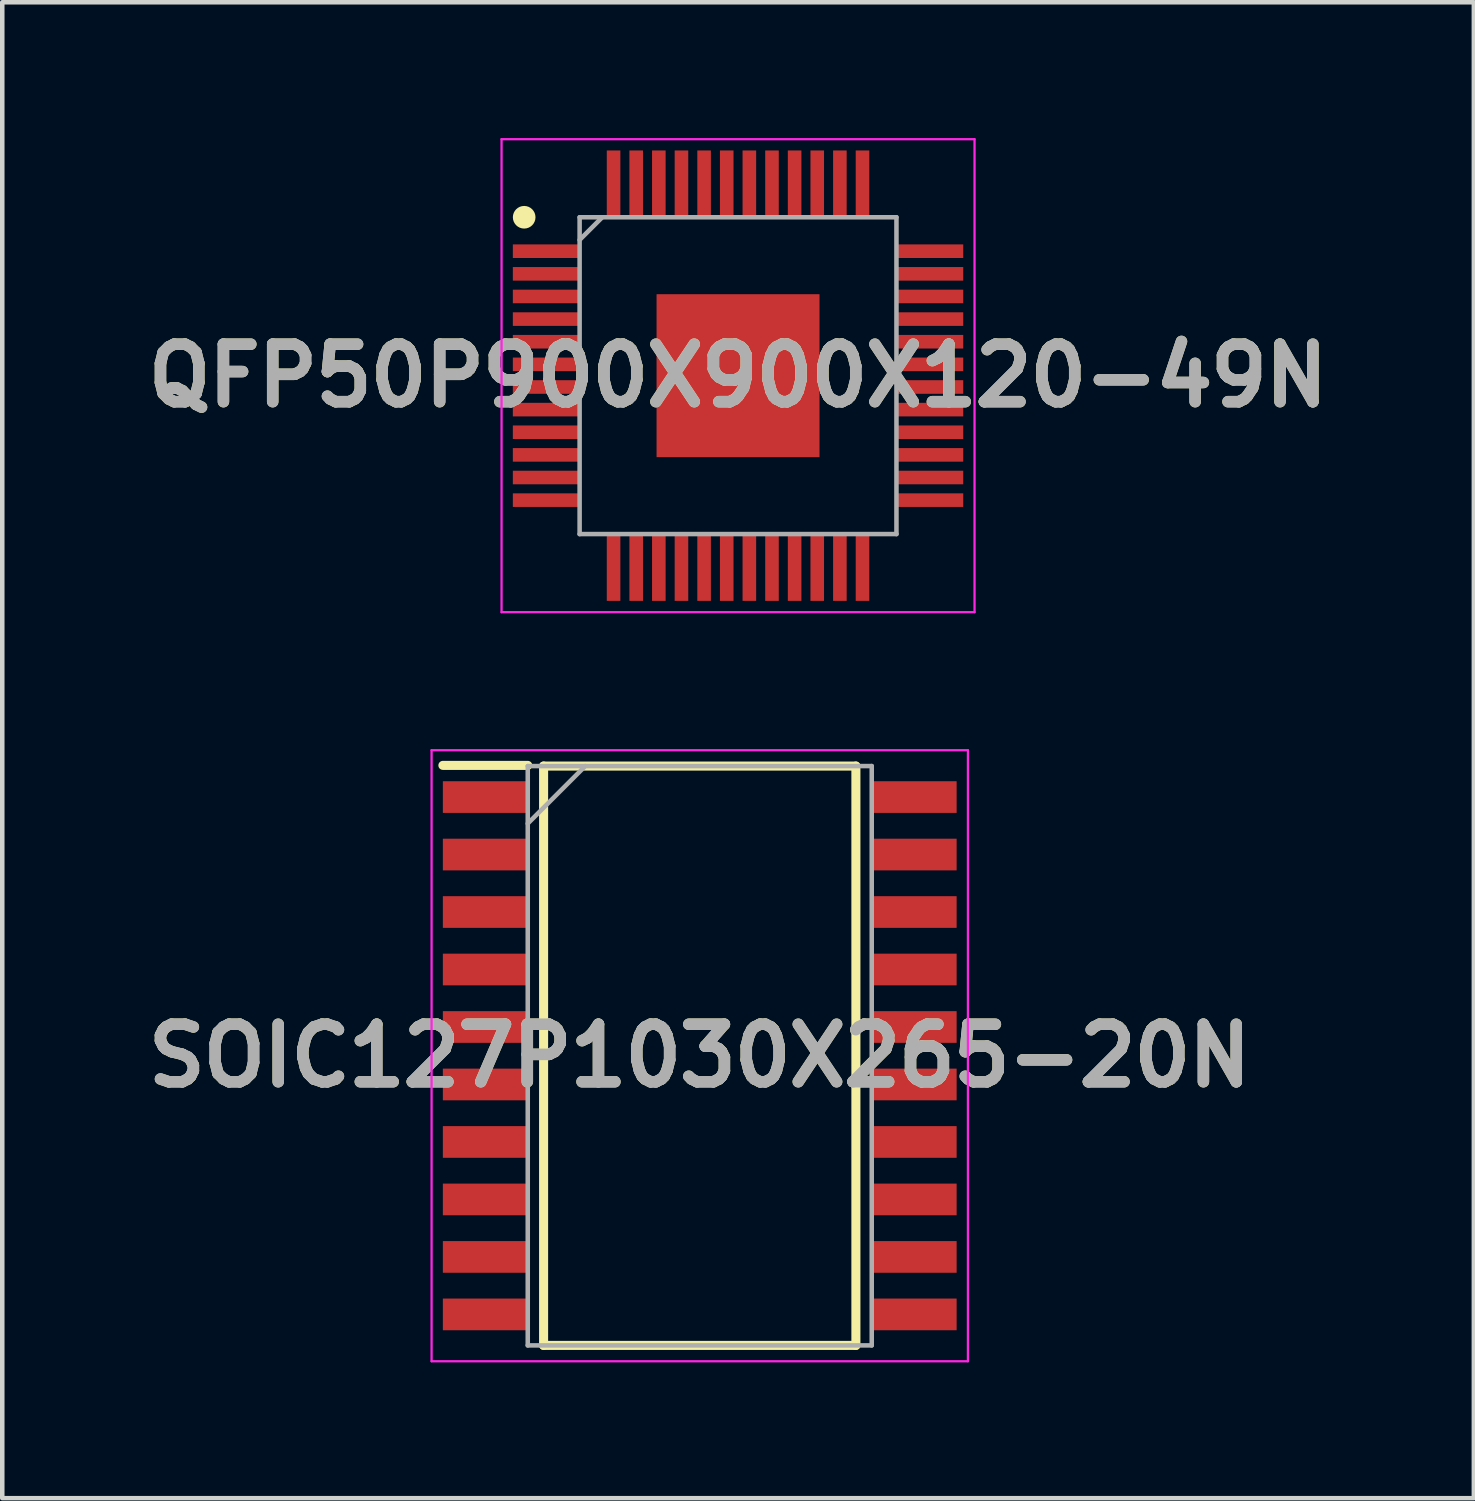
<source format=kicad_pcb>
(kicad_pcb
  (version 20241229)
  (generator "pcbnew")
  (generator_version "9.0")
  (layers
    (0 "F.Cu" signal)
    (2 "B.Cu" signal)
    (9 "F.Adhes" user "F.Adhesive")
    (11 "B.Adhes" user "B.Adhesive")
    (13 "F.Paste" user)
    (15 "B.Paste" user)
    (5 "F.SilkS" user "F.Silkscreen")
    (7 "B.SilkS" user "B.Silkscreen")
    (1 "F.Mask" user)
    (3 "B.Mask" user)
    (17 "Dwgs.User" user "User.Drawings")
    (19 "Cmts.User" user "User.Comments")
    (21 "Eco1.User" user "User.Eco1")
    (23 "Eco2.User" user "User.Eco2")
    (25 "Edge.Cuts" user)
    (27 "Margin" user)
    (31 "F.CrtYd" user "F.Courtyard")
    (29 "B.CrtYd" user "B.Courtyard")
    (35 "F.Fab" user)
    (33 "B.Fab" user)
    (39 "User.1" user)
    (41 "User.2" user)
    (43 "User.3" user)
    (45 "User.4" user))
  (footprint "QFP50P900X900X120-49N"
    (layer "F.Cu")
    (at 13.256 5.25)
    (property "Reference" "QFP50P900X900X120-49N" (at 0 0 0) (layer "F.SilkS") (effects (font (size 1.27 1.27) (thickness 0.254))))
    (attr smd)
    (fp_circle (center -4.725 -3.5) (end -4.725 -3.375) (stroke (width 0.25) (type solid)) (fill no) (layer "F.SilkS"))
    (fp_line (start -5.225 -5.225) (end 5.225 -5.225) (stroke (width 0.05) (type solid)) (layer "F.CrtYd"))
    (fp_line (start -5.225 5.225) (end -5.225 -5.225) (stroke (width 0.05) (type solid)) (layer "F.CrtYd"))
    (fp_line (start 5.225 -5.225) (end 5.225 5.225) (stroke (width 0.05) (type solid)) (layer "F.CrtYd"))
    (fp_line (start 5.225 5.225) (end -5.225 5.225) (stroke (width 0.05) (type solid)) (layer "F.CrtYd"))
    (fp_line (start -3.5 -3.5) (end 3.5 -3.5) (stroke (width 0.1) (type solid)) (layer "F.Fab"))
    (fp_line (start -3.5 -3) (end -3 -3.5) (stroke (width 0.1) (type solid)) (layer "F.Fab"))
    (fp_line (start -3.5 3.5) (end -3.5 -3.5) (stroke (width 0.1) (type solid)) (layer "F.Fab"))
    (fp_line (start 3.5 -3.5) (end 3.5 3.5) (stroke (width 0.1) (type solid)) (layer "F.Fab"))
    (fp_line (start 3.5 3.5) (end -3.5 3.5) (stroke (width 0.1) (type solid)) (layer "F.Fab"))
    (fp_text user "${REFERENCE}" (at 0 0 0) (layer "F.Fab") (effects (font (size 1.27 1.27) (thickness 0.254))))
    (pad "1" smd rect (at -4.238 -2.75 90) (size 0.3 1.475) (layers "F.Cu" "F.Mask" "F.Paste"))
    (pad "2" smd rect (at -4.238 -2.25 90) (size 0.3 1.475) (layers "F.Cu" "F.Mask" "F.Paste"))
    (pad "3" smd rect (at -4.238 -1.75 90) (size 0.3 1.475) (layers "F.Cu" "F.Mask" "F.Paste"))
    (pad "4" smd rect (at -4.238 -1.25 90) (size 0.3 1.475) (layers "F.Cu" "F.Mask" "F.Paste"))
    (pad "5" smd rect (at -4.238 -0.75 90) (size 0.3 1.475) (layers "F.Cu" "F.Mask" "F.Paste"))
    (pad "6" smd rect (at -4.238 -0.25 90) (size 0.3 1.475) (layers "F.Cu" "F.Mask" "F.Paste"))
    (pad "7" smd rect (at -4.238 0.25 90) (size 0.3 1.475) (layers "F.Cu" "F.Mask" "F.Paste"))
    (pad "8" smd rect (at -4.238 0.75 90) (size 0.3 1.475) (layers "F.Cu" "F.Mask" "F.Paste"))
    (pad "9" smd rect (at -4.238 1.25 90) (size 0.3 1.475) (layers "F.Cu" "F.Mask" "F.Paste"))
    (pad "10" smd rect (at -4.238 1.75 90) (size 0.3 1.475) (layers "F.Cu" "F.Mask" "F.Paste"))
    (pad "11" smd rect (at -4.238 2.25 90) (size 0.3 1.475) (layers "F.Cu" "F.Mask" "F.Paste"))
    (pad "12" smd rect (at -4.238 2.75 90) (size 0.3 1.475) (layers "F.Cu" "F.Mask" "F.Paste"))
    (pad "13" smd rect (at -2.75 4.238) (size 0.3 1.475) (layers "F.Cu" "F.Mask" "F.Paste"))
    (pad "14" smd rect (at -2.25 4.238) (size 0.3 1.475) (layers "F.Cu" "F.Mask" "F.Paste"))
    (pad "15" smd rect (at -1.75 4.238) (size 0.3 1.475) (layers "F.Cu" "F.Mask" "F.Paste"))
    (pad "16" smd rect (at -1.25 4.238) (size 0.3 1.475) (layers "F.Cu" "F.Mask" "F.Paste"))
    (pad "17" smd rect (at -0.75 4.238) (size 0.3 1.475) (layers "F.Cu" "F.Mask" "F.Paste"))
    (pad "18" smd rect (at -0.25 4.238) (size 0.3 1.475) (layers "F.Cu" "F.Mask" "F.Paste"))
    (pad "19" smd rect (at 0.25 4.238) (size 0.3 1.475) (layers "F.Cu" "F.Mask" "F.Paste"))
    (pad "20" smd rect (at 0.75 4.238) (size 0.3 1.475) (layers "F.Cu" "F.Mask" "F.Paste"))
    (pad "21" smd rect (at 1.25 4.238) (size 0.3 1.475) (layers "F.Cu" "F.Mask" "F.Paste"))
    (pad "22" smd rect (at 1.75 4.238) (size 0.3 1.475) (layers "F.Cu" "F.Mask" "F.Paste"))
    (pad "23" smd rect (at 2.25 4.238) (size 0.3 1.475) (layers "F.Cu" "F.Mask" "F.Paste"))
    (pad "24" smd rect (at 2.75 4.238) (size 0.3 1.475) (layers "F.Cu" "F.Mask" "F.Paste"))
    (pad "25" smd rect (at 4.238 2.75 90) (size 0.3 1.475) (layers "F.Cu" "F.Mask" "F.Paste"))
    (pad "26" smd rect (at 4.238 2.25 90) (size 0.3 1.475) (layers "F.Cu" "F.Mask" "F.Paste"))
    (pad "27" smd rect (at 4.238 1.75 90) (size 0.3 1.475) (layers "F.Cu" "F.Mask" "F.Paste"))
    (pad "28" smd rect (at 4.238 1.25 90) (size 0.3 1.475) (layers "F.Cu" "F.Mask" "F.Paste"))
    (pad "29" smd rect (at 4.238 0.75 90) (size 0.3 1.475) (layers "F.Cu" "F.Mask" "F.Paste"))
    (pad "30" smd rect (at 4.238 0.25 90) (size 0.3 1.475) (layers "F.Cu" "F.Mask" "F.Paste"))
    (pad "31" smd rect (at 4.238 -0.25 90) (size 0.3 1.475) (layers "F.Cu" "F.Mask" "F.Paste"))
    (pad "32" smd rect (at 4.238 -0.75 90) (size 0.3 1.475) (layers "F.Cu" "F.Mask" "F.Paste"))
    (pad "33" smd rect (at 4.238 -1.25 90) (size 0.3 1.475) (layers "F.Cu" "F.Mask" "F.Paste"))
    (pad "34" smd rect (at 4.238 -1.75 90) (size 0.3 1.475) (layers "F.Cu" "F.Mask" "F.Paste"))
    (pad "35" smd rect (at 4.238 -2.25 90) (size 0.3 1.475) (layers "F.Cu" "F.Mask" "F.Paste"))
    (pad "36" smd rect (at 4.238 -2.75 90) (size 0.3 1.475) (layers "F.Cu" "F.Mask" "F.Paste"))
    (pad "37" smd rect (at 2.75 -4.238) (size 0.3 1.475) (layers "F.Cu" "F.Mask" "F.Paste"))
    (pad "38" smd rect (at 2.25 -4.238) (size 0.3 1.475) (layers "F.Cu" "F.Mask" "F.Paste"))
    (pad "39" smd rect (at 1.75 -4.238) (size 0.3 1.475) (layers "F.Cu" "F.Mask" "F.Paste"))
    (pad "40" smd rect (at 1.25 -4.238) (size 0.3 1.475) (layers "F.Cu" "F.Mask" "F.Paste"))
    (pad "41" smd rect (at 0.75 -4.238) (size 0.3 1.475) (layers "F.Cu" "F.Mask" "F.Paste"))
    (pad "42" smd rect (at 0.25 -4.238) (size 0.3 1.475) (layers "F.Cu" "F.Mask" "F.Paste"))
    (pad "43" smd rect (at -0.25 -4.238) (size 0.3 1.475) (layers "F.Cu" "F.Mask" "F.Paste"))
    (pad "44" smd rect (at -0.75 -4.238) (size 0.3 1.475) (layers "F.Cu" "F.Mask" "F.Paste"))
    (pad "45" smd rect (at -1.25 -4.238) (size 0.3 1.475) (layers "F.Cu" "F.Mask" "F.Paste"))
    (pad "46" smd rect (at -1.75 -4.238) (size 0.3 1.475) (layers "F.Cu" "F.Mask" "F.Paste"))
    (pad "47" smd rect (at -2.25 -4.238) (size 0.3 1.475) (layers "F.Cu" "F.Mask" "F.Paste"))
    (pad "48" smd rect (at -2.75 -4.238) (size 0.3 1.475) (layers "F.Cu" "F.Mask" "F.Paste"))
    (pad "49" smd rect (at 0 0) (size 3.6 3.6) (layers "F.Cu" "F.Mask" "F.Paste")))
  (footprint "SOIC127P1030X265-20N"
    (layer "F.Cu")
    (at 12.41 20.275)
    (property "Reference" "SOIC127P1030X265-20N" (at 0 0 0) (layer "F.SilkS") (effects (font (size 1.27 1.27) (thickness 0.254))))
    (attr smd)
    (fp_line (start -5.675 -6.415) (end -3.8 -6.415) (stroke (width 0.2) (type solid)) (layer "F.SilkS"))
    (fp_line (start -3.45 -6.4) (end 3.45 -6.4) (stroke (width 0.2) (type solid)) (layer "F.SilkS"))
    (fp_line (start -3.45 6.4) (end -3.45 -6.4) (stroke (width 0.2) (type solid)) (layer "F.SilkS"))
    (fp_line (start 3.45 -6.4) (end 3.45 6.4) (stroke (width 0.2) (type solid)) (layer "F.SilkS"))
    (fp_line (start 3.45 6.4) (end -3.45 6.4) (stroke (width 0.2) (type solid)) (layer "F.SilkS"))
    (fp_line (start -5.925 -6.75) (end 5.925 -6.75) (stroke (width 0.05) (type solid)) (layer "F.CrtYd"))
    (fp_line (start -5.925 6.75) (end -5.925 -6.75) (stroke (width 0.05) (type solid)) (layer "F.CrtYd"))
    (fp_line (start 5.925 -6.75) (end 5.925 6.75) (stroke (width 0.05) (type solid)) (layer "F.CrtYd"))
    (fp_line (start 5.925 6.75) (end -5.925 6.75) (stroke (width 0.05) (type solid)) (layer "F.CrtYd"))
    (fp_line (start -3.8 -6.4) (end 3.8 -6.4) (stroke (width 0.1) (type solid)) (layer "F.Fab"))
    (fp_line (start -3.8 -5.13) (end -2.53 -6.4) (stroke (width 0.1) (type solid)) (layer "F.Fab"))
    (fp_line (start -3.8 6.4) (end -3.8 -6.4) (stroke (width 0.1) (type solid)) (layer "F.Fab"))
    (fp_line (start 3.8 -6.4) (end 3.8 6.4) (stroke (width 0.1) (type solid)) (layer "F.Fab"))
    (fp_line (start 3.8 6.4) (end -3.8 6.4) (stroke (width 0.1) (type solid)) (layer "F.Fab"))
    (fp_text user "${REFERENCE}" (at 0 0 0) (layer "F.Fab") (effects (font (size 1.27 1.27) (thickness 0.254))))
    (pad "1" smd rect (at -4.738 -5.715 90) (size 0.7 1.875) (layers "F.Cu" "F.Mask" "F.Paste"))
    (pad "2" smd rect (at -4.738 -4.445 90) (size 0.7 1.875) (layers "F.Cu" "F.Mask" "F.Paste"))
    (pad "3" smd rect (at -4.738 -3.175 90) (size 0.7 1.875) (layers "F.Cu" "F.Mask" "F.Paste"))
    (pad "4" smd rect (at -4.738 -1.905 90) (size 0.7 1.875) (layers "F.Cu" "F.Mask" "F.Paste"))
    (pad "5" smd rect (at -4.738 -0.635 90) (size 0.7 1.875) (layers "F.Cu" "F.Mask" "F.Paste"))
    (pad "6" smd rect (at -4.738 0.635 90) (size 0.7 1.875) (layers "F.Cu" "F.Mask" "F.Paste"))
    (pad "7" smd rect (at -4.738 1.905 90) (size 0.7 1.875) (layers "F.Cu" "F.Mask" "F.Paste"))
    (pad "8" smd rect (at -4.738 3.175 90) (size 0.7 1.875) (layers "F.Cu" "F.Mask" "F.Paste"))
    (pad "9" smd rect (at -4.738 4.445 90) (size 0.7 1.875) (layers "F.Cu" "F.Mask" "F.Paste"))
    (pad "10" smd rect (at -4.738 5.715 90) (size 0.7 1.875) (layers "F.Cu" "F.Mask" "F.Paste"))
    (pad "11" smd rect (at 4.738 5.715 90) (size 0.7 1.875) (layers "F.Cu" "F.Mask" "F.Paste"))
    (pad "12" smd rect (at 4.738 4.445 90) (size 0.7 1.875) (layers "F.Cu" "F.Mask" "F.Paste"))
    (pad "13" smd rect (at 4.738 3.175 90) (size 0.7 1.875) (layers "F.Cu" "F.Mask" "F.Paste"))
    (pad "14" smd rect (at 4.738 1.905 90) (size 0.7 1.875) (layers "F.Cu" "F.Mask" "F.Paste"))
    (pad "15" smd rect (at 4.738 0.635 90) (size 0.7 1.875) (layers "F.Cu" "F.Mask" "F.Paste"))
    (pad "16" smd rect (at 4.738 -0.635 90) (size 0.7 1.875) (layers "F.Cu" "F.Mask" "F.Paste"))
    (pad "17" smd rect (at 4.738 -1.905 90) (size 0.7 1.875) (layers "F.Cu" "F.Mask" "F.Paste"))
    (pad "18" smd rect (at 4.738 -3.175 90) (size 0.7 1.875) (layers "F.Cu" "F.Mask" "F.Paste"))
    (pad "19" smd rect (at 4.738 -4.445 90) (size 0.7 1.875) (layers "F.Cu" "F.Mask" "F.Paste"))
    (pad "20" smd rect (at 4.738 -5.715 90) (size 0.7 1.875) (layers "F.Cu" "F.Mask" "F.Paste")))
  (gr_rect
    (start -3 -3)
    (end 29.513 30.05)
    (stroke (width 0.1) (type default))
    (fill no)
    (layer "Edge.Cuts")))
</source>
